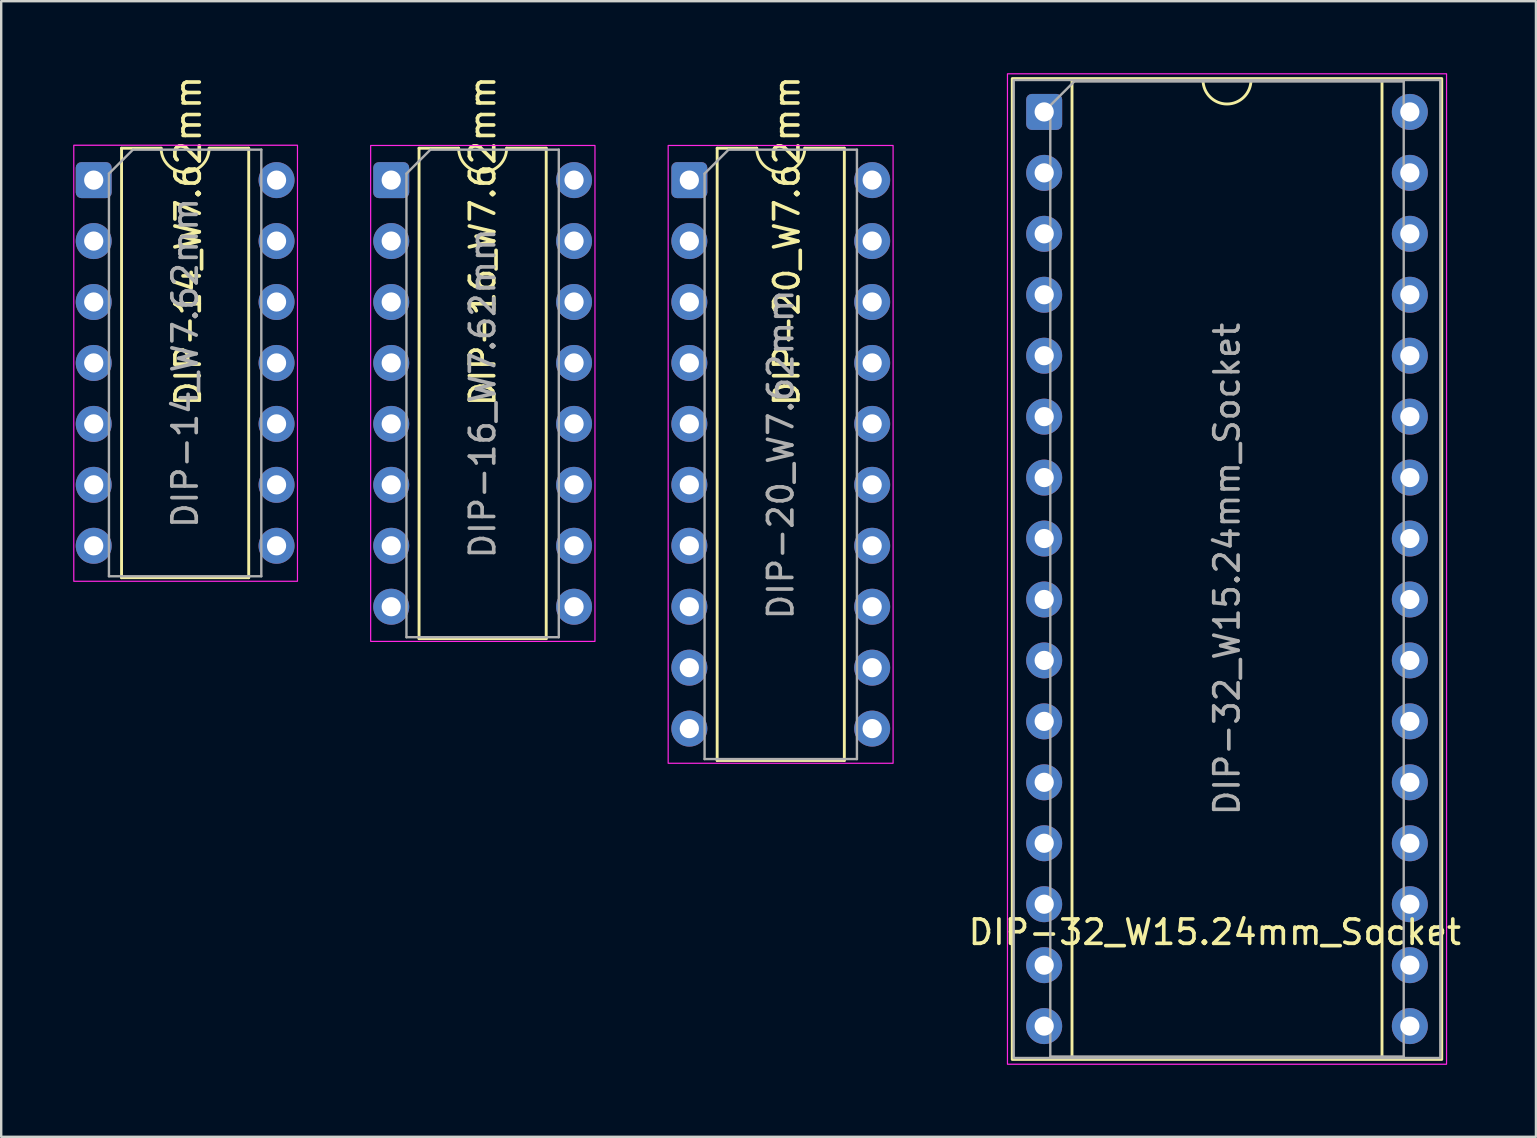
<source format=kicad_pcb>
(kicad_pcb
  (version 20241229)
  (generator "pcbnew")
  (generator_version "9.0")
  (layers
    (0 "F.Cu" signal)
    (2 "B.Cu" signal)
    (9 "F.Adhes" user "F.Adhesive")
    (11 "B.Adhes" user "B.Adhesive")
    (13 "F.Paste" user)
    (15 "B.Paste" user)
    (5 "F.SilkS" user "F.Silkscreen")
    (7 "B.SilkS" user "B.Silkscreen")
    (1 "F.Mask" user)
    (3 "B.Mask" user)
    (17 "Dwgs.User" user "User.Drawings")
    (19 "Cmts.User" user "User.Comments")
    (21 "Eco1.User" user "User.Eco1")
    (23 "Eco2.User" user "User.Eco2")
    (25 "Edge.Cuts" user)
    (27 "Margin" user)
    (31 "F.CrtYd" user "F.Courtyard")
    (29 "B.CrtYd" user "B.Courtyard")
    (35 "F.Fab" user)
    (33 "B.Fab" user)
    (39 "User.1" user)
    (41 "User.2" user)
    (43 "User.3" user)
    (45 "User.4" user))
  (footprint "DIP-16_W7.62mm"
    (layer "F.Cu")
    (at 13.255 4.457)
    (property "Reference" "DIP-16_W7.62mm" (at 3.81 2.54 90) (layer "F.SilkS") (effects (font (size 1.016 1.016) (thickness 0.152))))
    (attr through_hole)
    (fp_line (start 1.16 -1.33) (end 1.16 19.11) (stroke (width 0.12) (type solid)) (layer "F.SilkS"))
    (fp_line (start 1.16 19.11) (end 6.46 19.11) (stroke (width 0.12) (type solid)) (layer "F.SilkS"))
    (fp_line (start 2.81 -1.33) (end 1.16 -1.33) (stroke (width 0.12) (type solid)) (layer "F.SilkS"))
    (fp_line (start 6.46 -1.33) (end 4.81 -1.33) (stroke (width 0.12) (type solid)) (layer "F.SilkS"))
    (fp_line (start 6.46 19.11) (end 6.46 -1.33) (stroke (width 0.12) (type solid)) (layer "F.SilkS"))
    (fp_arc (start 4.81 -1.33) (mid 3.81 -0.33) (end 2.81 -1.33) (stroke (width 0.12) (type solid)) (layer "F.SilkS"))
    (fp_rect (start -0.857 -1.444) (end 8.492 19.224) (stroke (width 0.05) (type solid)) (fill no) (layer "F.CrtYd"))
    (fp_line (start 0.635 -0.27) (end 1.635 -1.27) (stroke (width 0.1) (type solid)) (layer "F.Fab"))
    (fp_line (start 0.635 19.05) (end 0.635 -0.27) (stroke (width 0.1) (type solid)) (layer "F.Fab"))
    (fp_line (start 1.635 -1.27) (end 6.985 -1.27) (stroke (width 0.1) (type solid)) (layer "F.Fab"))
    (fp_line (start 6.985 -1.27) (end 6.985 19.05) (stroke (width 0.1) (type solid)) (layer "F.Fab"))
    (fp_line (start 6.985 19.05) (end 0.635 19.05) (stroke (width 0.1) (type solid)) (layer "F.Fab"))
    (fp_text user "${REFERENCE}" (at 3.81 8.89 90) (layer "F.Fab") (effects (font (size 1.016 1.016) (thickness 0.152))))
    (pad "1" thru_hole roundrect (at 0 0) (size 1.5 1.5) (drill 0.8) (layers "*.Cu" "*.Mask") (roundrect_rratio 0.156))
    (pad "2" thru_hole circle (at 0 2.54) (size 1.5 1.5) (drill 0.8) (layers "*.Cu" "*.Mask"))
    (pad "3" thru_hole circle (at 0 5.08) (size 1.5 1.5) (drill 0.8) (layers "*.Cu" "*.Mask"))
    (pad "4" thru_hole circle (at 0 7.62) (size 1.5 1.5) (drill 0.8) (layers "*.Cu" "*.Mask"))
    (pad "5" thru_hole circle (at 0 10.16) (size 1.5 1.5) (drill 0.8) (layers "*.Cu" "*.Mask"))
    (pad "6" thru_hole circle (at 0 12.7) (size 1.5 1.5) (drill 0.8) (layers "*.Cu" "*.Mask"))
    (pad "7" thru_hole circle (at 0 15.24) (size 1.5 1.5) (drill 0.8) (layers "*.Cu" "*.Mask"))
    (pad "8" thru_hole circle (at 0 17.78) (size 1.5 1.5) (drill 0.8) (layers "*.Cu" "*.Mask"))
    (pad "9" thru_hole circle (at 7.62 17.78) (size 1.5 1.5) (drill 0.8) (layers "*.Cu" "*.Mask"))
    (pad "10" thru_hole circle (at 7.62 15.24) (size 1.5 1.5) (drill 0.8) (layers "*.Cu" "*.Mask"))
    (pad "11" thru_hole circle (at 7.62 12.7) (size 1.5 1.5) (drill 0.8) (layers "*.Cu" "*.Mask"))
    (pad "12" thru_hole circle (at 7.62 10.16) (size 1.5 1.5) (drill 0.8) (layers "*.Cu" "*.Mask"))
    (pad "13" thru_hole circle (at 7.62 7.62) (size 1.5 1.5) (drill 0.8) (layers "*.Cu" "*.Mask"))
    (pad "14" thru_hole circle (at 7.62 5.08) (size 1.5 1.5) (drill 0.8) (layers "*.Cu" "*.Mask"))
    (pad "15" thru_hole circle (at 7.62 2.54) (size 1.5 1.5) (drill 0.8) (layers "*.Cu" "*.Mask"))
    (pad "16" thru_hole circle (at 7.62 0) (size 1.5 1.5) (drill 0.8) (layers "*.Cu" "*.Mask")))
  (footprint "DIP-14_W7.62mm"
    (layer "F.Cu")
    (at 0.856 4.457)
    (property "Reference" "DIP-14_W7.62mm" (at 3.937 2.54 90) (layer "F.SilkS") (effects (font (size 1.016 1.016) (thickness 0.152))))
    (attr through_hole)
    (fp_line (start 1.16 -1.33) (end 1.16 16.57) (stroke (width 0.12) (type solid)) (layer "F.SilkS"))
    (fp_line (start 1.16 16.57) (end 6.46 16.57) (stroke (width 0.12) (type solid)) (layer "F.SilkS"))
    (fp_line (start 2.81 -1.33) (end 1.16 -1.33) (stroke (width 0.12) (type solid)) (layer "F.SilkS"))
    (fp_line (start 6.46 -1.33) (end 4.81 -1.33) (stroke (width 0.12) (type solid)) (layer "F.SilkS"))
    (fp_line (start 6.46 16.57) (end 6.46 -1.33) (stroke (width 0.12) (type solid)) (layer "F.SilkS"))
    (fp_arc (start 4.81 -1.33) (mid 3.81 -0.33) (end 2.81 -1.33) (stroke (width 0.12) (type solid)) (layer "F.SilkS"))
    (fp_rect (start -0.831 -1.454) (end 8.492 16.719) (stroke (width 0.05) (type solid)) (fill no) (layer "F.CrtYd"))
    (fp_line (start 0.635 -0.27) (end 1.635 -1.27) (stroke (width 0.1) (type solid)) (layer "F.Fab"))
    (fp_line (start 0.635 16.51) (end 0.635 -0.27) (stroke (width 0.1) (type solid)) (layer "F.Fab"))
    (fp_line (start 1.635 -1.27) (end 6.985 -1.27) (stroke (width 0.1) (type solid)) (layer "F.Fab"))
    (fp_line (start 6.985 -1.27) (end 6.985 16.51) (stroke (width 0.1) (type solid)) (layer "F.Fab"))
    (fp_line (start 6.985 16.51) (end 0.635 16.51) (stroke (width 0.1) (type solid)) (layer "F.Fab"))
    (fp_text user "${REFERENCE}" (at 3.81 7.62 90) (layer "F.Fab") (effects (font (size 1.016 1.016) (thickness 0.152))))
    (pad "1" thru_hole roundrect (at 0 0) (size 1.5 1.5) (drill 0.8) (layers "*.Cu" "*.Mask") (roundrect_rratio 0.156))
    (pad "2" thru_hole circle (at 0 2.54) (size 1.5 1.5) (drill 0.8) (layers "*.Cu" "*.Mask"))
    (pad "3" thru_hole circle (at 0 5.08) (size 1.5 1.5) (drill 0.8) (layers "*.Cu" "*.Mask"))
    (pad "4" thru_hole circle (at 0 7.62) (size 1.5 1.5) (drill 0.8) (layers "*.Cu" "*.Mask"))
    (pad "5" thru_hole circle (at 0 10.16) (size 1.5 1.5) (drill 0.8) (layers "*.Cu" "*.Mask"))
    (pad "6" thru_hole circle (at 0 12.7) (size 1.5 1.5) (drill 0.8) (layers "*.Cu" "*.Mask"))
    (pad "7" thru_hole circle (at 0 15.24) (size 1.5 1.5) (drill 0.8) (layers "*.Cu" "*.Mask"))
    (pad "8" thru_hole circle (at 7.62 15.24) (size 1.5 1.5) (drill 0.8) (layers "*.Cu" "*.Mask"))
    (pad "9" thru_hole circle (at 7.62 12.7) (size 1.5 1.5) (drill 0.8) (layers "*.Cu" "*.Mask"))
    (pad "10" thru_hole circle (at 7.62 10.16) (size 1.5 1.5) (drill 0.8) (layers "*.Cu" "*.Mask"))
    (pad "11" thru_hole circle (at 7.62 7.62) (size 1.5 1.5) (drill 0.8) (layers "*.Cu" "*.Mask"))
    (pad "12" thru_hole circle (at 7.62 5.08) (size 1.5 1.5) (drill 0.8) (layers "*.Cu" "*.Mask"))
    (pad "13" thru_hole circle (at 7.62 2.54) (size 1.5 1.5) (drill 0.8) (layers "*.Cu" "*.Mask"))
    (pad "14" thru_hole circle (at 7.62 0) (size 1.5 1.5) (drill 0.8) (layers "*.Cu" "*.Mask")))
  (footprint "DIP-20_W7.62mm"
    (layer "F.Cu")
    (at 25.68 4.457)
    (property "Reference" "DIP-20_W7.62mm" (at 4.064 2.54 90) (layer "F.SilkS") (effects (font (size 1.016 1.016) (thickness 0.152))))
    (attr through_hole)
    (fp_line (start 1.16 -1.33) (end 1.16 24.19) (stroke (width 0.12) (type solid)) (layer "F.SilkS"))
    (fp_line (start 1.16 24.19) (end 6.46 24.19) (stroke (width 0.12) (type solid)) (layer "F.SilkS"))
    (fp_line (start 2.81 -1.33) (end 1.16 -1.33) (stroke (width 0.12) (type solid)) (layer "F.SilkS"))
    (fp_line (start 6.46 -1.33) (end 4.81 -1.33) (stroke (width 0.12) (type solid)) (layer "F.SilkS"))
    (fp_line (start 6.46 24.19) (end 6.46 -1.33) (stroke (width 0.12) (type solid)) (layer "F.SilkS"))
    (fp_arc (start 4.81 -1.33) (mid 3.81 -0.33) (end 2.81 -1.33) (stroke (width 0.12) (type solid)) (layer "F.SilkS"))
    (fp_rect (start -0.882 -1.444) (end 8.492 24.304) (stroke (width 0.05) (type solid)) (fill no) (layer "F.CrtYd"))
    (fp_line (start 0.635 -0.27) (end 1.635 -1.27) (stroke (width 0.1) (type solid)) (layer "F.Fab"))
    (fp_line (start 0.635 24.13) (end 0.635 -0.27) (stroke (width 0.1) (type solid)) (layer "F.Fab"))
    (fp_line (start 1.635 -1.27) (end 6.985 -1.27) (stroke (width 0.1) (type solid)) (layer "F.Fab"))
    (fp_line (start 6.985 -1.27) (end 6.985 24.13) (stroke (width 0.1) (type solid)) (layer "F.Fab"))
    (fp_line (start 6.985 24.13) (end 0.635 24.13) (stroke (width 0.1) (type solid)) (layer "F.Fab"))
    (fp_text user "${REFERENCE}" (at 3.81 11.43 90) (layer "F.Fab") (effects (font (size 1.016 1.016) (thickness 0.152))))
    (pad "1" thru_hole roundrect (at 0 0) (size 1.5 1.5) (drill 0.8) (layers "*.Cu" "*.Mask") (roundrect_rratio 0.156))
    (pad "2" thru_hole circle (at 0 2.54) (size 1.5 1.5) (drill 0.8) (layers "*.Cu" "*.Mask"))
    (pad "3" thru_hole circle (at 0 5.08) (size 1.5 1.5) (drill 0.8) (layers "*.Cu" "*.Mask"))
    (pad "4" thru_hole circle (at 0 7.62) (size 1.5 1.5) (drill 0.8) (layers "*.Cu" "*.Mask"))
    (pad "5" thru_hole circle (at 0 10.16) (size 1.5 1.5) (drill 0.8) (layers "*.Cu" "*.Mask"))
    (pad "6" thru_hole circle (at 0 12.7) (size 1.5 1.5) (drill 0.8) (layers "*.Cu" "*.Mask"))
    (pad "7" thru_hole circle (at 0 15.24) (size 1.5 1.5) (drill 0.8) (layers "*.Cu" "*.Mask"))
    (pad "8" thru_hole circle (at 0 17.78) (size 1.5 1.5) (drill 0.8) (layers "*.Cu" "*.Mask"))
    (pad "9" thru_hole circle (at 0 20.32) (size 1.5 1.5) (drill 0.8) (layers "*.Cu" "*.Mask"))
    (pad "10" thru_hole circle (at 0 22.86) (size 1.5 1.5) (drill 0.8) (layers "*.Cu" "*.Mask"))
    (pad "11" thru_hole circle (at 7.62 22.86) (size 1.5 1.5) (drill 0.8) (layers "*.Cu" "*.Mask"))
    (pad "12" thru_hole circle (at 7.62 20.32) (size 1.5 1.5) (drill 0.8) (layers "*.Cu" "*.Mask"))
    (pad "13" thru_hole circle (at 7.62 17.78) (size 1.5 1.5) (drill 0.8) (layers "*.Cu" "*.Mask"))
    (pad "14" thru_hole circle (at 7.62 15.24) (size 1.5 1.5) (drill 0.8) (layers "*.Cu" "*.Mask"))
    (pad "15" thru_hole circle (at 7.62 12.7) (size 1.5 1.5) (drill 0.8) (layers "*.Cu" "*.Mask"))
    (pad "16" thru_hole circle (at 7.62 10.16) (size 1.5 1.5) (drill 0.8) (layers "*.Cu" "*.Mask"))
    (pad "17" thru_hole circle (at 7.62 7.62) (size 1.5 1.5) (drill 0.8) (layers "*.Cu" "*.Mask"))
    (pad "18" thru_hole circle (at 7.62 5.08) (size 1.5 1.5) (drill 0.8) (layers "*.Cu" "*.Mask"))
    (pad "19" thru_hole circle (at 7.62 2.54) (size 1.5 1.5) (drill 0.8) (layers "*.Cu" "*.Mask"))
    (pad "20" thru_hole circle (at 7.62 0) (size 1.5 1.5) (drill 0.8) (layers "*.Cu" "*.Mask")))
  (footprint "DIP-32_W15.24mm_Socket"
    (layer "F.Cu")
    (at 40.469 1.615)
    (property "Reference" "DIP-32_W15.24mm_Socket" (at 7.112 34.188 0) (layer "F.SilkS") (effects (font (size 1.016 1.016) (thickness 0.152))))
    (attr through_hole)
    (fp_line (start 1.16 -1.33) (end 1.16 39.43) (stroke (width 0.12) (type solid)) (layer "F.SilkS"))
    (fp_line (start 1.16 39.43) (end 14.08 39.43) (stroke (width 0.12) (type solid)) (layer "F.SilkS"))
    (fp_line (start 6.62 -1.33) (end 1.16 -1.33) (stroke (width 0.12) (type solid)) (layer "F.SilkS"))
    (fp_line (start 14.08 -1.33) (end 8.62 -1.33) (stroke (width 0.12) (type solid)) (layer "F.SilkS"))
    (fp_line (start 14.08 39.43) (end 14.08 -1.33) (stroke (width 0.12) (type solid)) (layer "F.SilkS"))
    (fp_rect (start -1.33 -1.39) (end 16.57 39.49) (stroke (width 0.12) (type solid)) (fill no) (layer "F.SilkS"))
    (fp_arc (start 8.62 -1.33) (mid 7.62 -0.33) (end 6.62 -1.33) (stroke (width 0.12) (type solid)) (layer "F.SilkS"))
    (fp_rect (start -1.53 -1.59) (end 16.77 39.69) (stroke (width 0.05) (type solid)) (fill no) (layer "F.CrtYd"))
    (fp_line (start 0.255 -0.27) (end 1.255 -1.27) (stroke (width 0.1) (type solid)) (layer "F.Fab"))
    (fp_line (start 0.255 39.37) (end 0.255 -0.27) (stroke (width 0.1) (type solid)) (layer "F.Fab"))
    (fp_line (start 1.255 -1.27) (end 14.985 -1.27) (stroke (width 0.1) (type solid)) (layer "F.Fab"))
    (fp_line (start 14.985 -1.27) (end 14.985 39.37) (stroke (width 0.1) (type solid)) (layer "F.Fab"))
    (fp_line (start 14.985 39.37) (end 0.255 39.37) (stroke (width 0.1) (type solid)) (layer "F.Fab"))
    (fp_rect (start -1.27 -1.33) (end 16.51 39.43) (stroke (width 0.1) (type solid)) (fill no) (layer "F.Fab"))
    (fp_text user "${REFERENCE}" (at 7.62 19.05 90) (layer "F.Fab") (effects (font (size 1.016 1.016) (thickness 0.152))))
    (pad "1" thru_hole roundrect (at 0 0) (size 1.5 1.5) (drill 0.8) (layers "*.Cu" "*.Mask") (roundrect_rratio 0.156))
    (pad "2" thru_hole circle (at 0 2.54) (size 1.5 1.5) (drill 0.8) (layers "*.Cu" "*.Mask"))
    (pad "3" thru_hole circle (at 0 5.08) (size 1.5 1.5) (drill 0.8) (layers "*.Cu" "*.Mask"))
    (pad "4" thru_hole circle (at 0 7.62) (size 1.5 1.5) (drill 0.8) (layers "*.Cu" "*.Mask"))
    (pad "5" thru_hole circle (at 0 10.16) (size 1.5 1.5) (drill 0.8) (layers "*.Cu" "*.Mask"))
    (pad "6" thru_hole circle (at 0 12.7) (size 1.5 1.5) (drill 0.8) (layers "*.Cu" "*.Mask"))
    (pad "7" thru_hole circle (at 0 15.24) (size 1.5 1.5) (drill 0.8) (layers "*.Cu" "*.Mask"))
    (pad "8" thru_hole circle (at 0 17.78) (size 1.5 1.5) (drill 0.8) (layers "*.Cu" "*.Mask"))
    (pad "9" thru_hole circle (at 0 20.32) (size 1.5 1.5) (drill 0.8) (layers "*.Cu" "*.Mask"))
    (pad "10" thru_hole circle (at 0 22.86) (size 1.5 1.5) (drill 0.8) (layers "*.Cu" "*.Mask"))
    (pad "11" thru_hole circle (at 0 25.4) (size 1.5 1.5) (drill 0.8) (layers "*.Cu" "*.Mask"))
    (pad "12" thru_hole circle (at 0 27.94) (size 1.5 1.5) (drill 0.8) (layers "*.Cu" "*.Mask"))
    (pad "13" thru_hole circle (at 0 30.48) (size 1.5 1.5) (drill 0.8) (layers "*.Cu" "*.Mask"))
    (pad "14" thru_hole circle (at 0 33.02) (size 1.5 1.5) (drill 0.8) (layers "*.Cu" "*.Mask"))
    (pad "15" thru_hole circle (at 0 35.56) (size 1.5 1.5) (drill 0.8) (layers "*.Cu" "*.Mask"))
    (pad "16" thru_hole circle (at 0 38.1) (size 1.5 1.5) (drill 0.8) (layers "*.Cu" "*.Mask"))
    (pad "17" thru_hole circle (at 15.24 38.1) (size 1.5 1.5) (drill 0.8) (layers "*.Cu" "*.Mask"))
    (pad "18" thru_hole circle (at 15.24 35.56) (size 1.5 1.5) (drill 0.8) (layers "*.Cu" "*.Mask"))
    (pad "19" thru_hole circle (at 15.24 33.02) (size 1.5 1.5) (drill 0.8) (layers "*.Cu" "*.Mask"))
    (pad "20" thru_hole circle (at 15.24 30.48) (size 1.5 1.5) (drill 0.8) (layers "*.Cu" "*.Mask"))
    (pad "21" thru_hole circle (at 15.24 27.94) (size 1.5 1.5) (drill 0.8) (layers "*.Cu" "*.Mask"))
    (pad "22" thru_hole circle (at 15.24 25.4) (size 1.5 1.5) (drill 0.8) (layers "*.Cu" "*.Mask"))
    (pad "23" thru_hole circle (at 15.24 22.86) (size 1.5 1.5) (drill 0.8) (layers "*.Cu" "*.Mask"))
    (pad "24" thru_hole circle (at 15.24 20.32) (size 1.5 1.5) (drill 0.8) (layers "*.Cu" "*.Mask"))
    (pad "25" thru_hole circle (at 15.24 17.78) (size 1.5 1.5) (drill 0.8) (layers "*.Cu" "*.Mask"))
    (pad "26" thru_hole circle (at 15.24 15.24) (size 1.5 1.5) (drill 0.8) (layers "*.Cu" "*.Mask"))
    (pad "27" thru_hole circle (at 15.24 12.7) (size 1.5 1.5) (drill 0.8) (layers "*.Cu" "*.Mask"))
    (pad "28" thru_hole circle (at 15.24 10.16) (size 1.5 1.5) (drill 0.8) (layers "*.Cu" "*.Mask"))
    (pad "29" thru_hole circle (at 15.24 7.62) (size 1.5 1.5) (drill 0.8) (layers "*.Cu" "*.Mask"))
    (pad "30" thru_hole circle (at 15.24 5.08) (size 1.5 1.5) (drill 0.8) (layers "*.Cu" "*.Mask"))
    (pad "31" thru_hole circle (at 15.24 2.54) (size 1.5 1.5) (drill 0.8) (layers "*.Cu" "*.Mask"))
    (pad "32" thru_hole circle (at 15.24 0) (size 1.5 1.5) (drill 0.8) (layers "*.Cu" "*.Mask")))
  (gr_rect
    (start -3 -3)
    (end 60.965 44.33)
    (stroke (width 0.1) (type default))
    (fill no)
    (layer "Edge.Cuts")))
</source>
